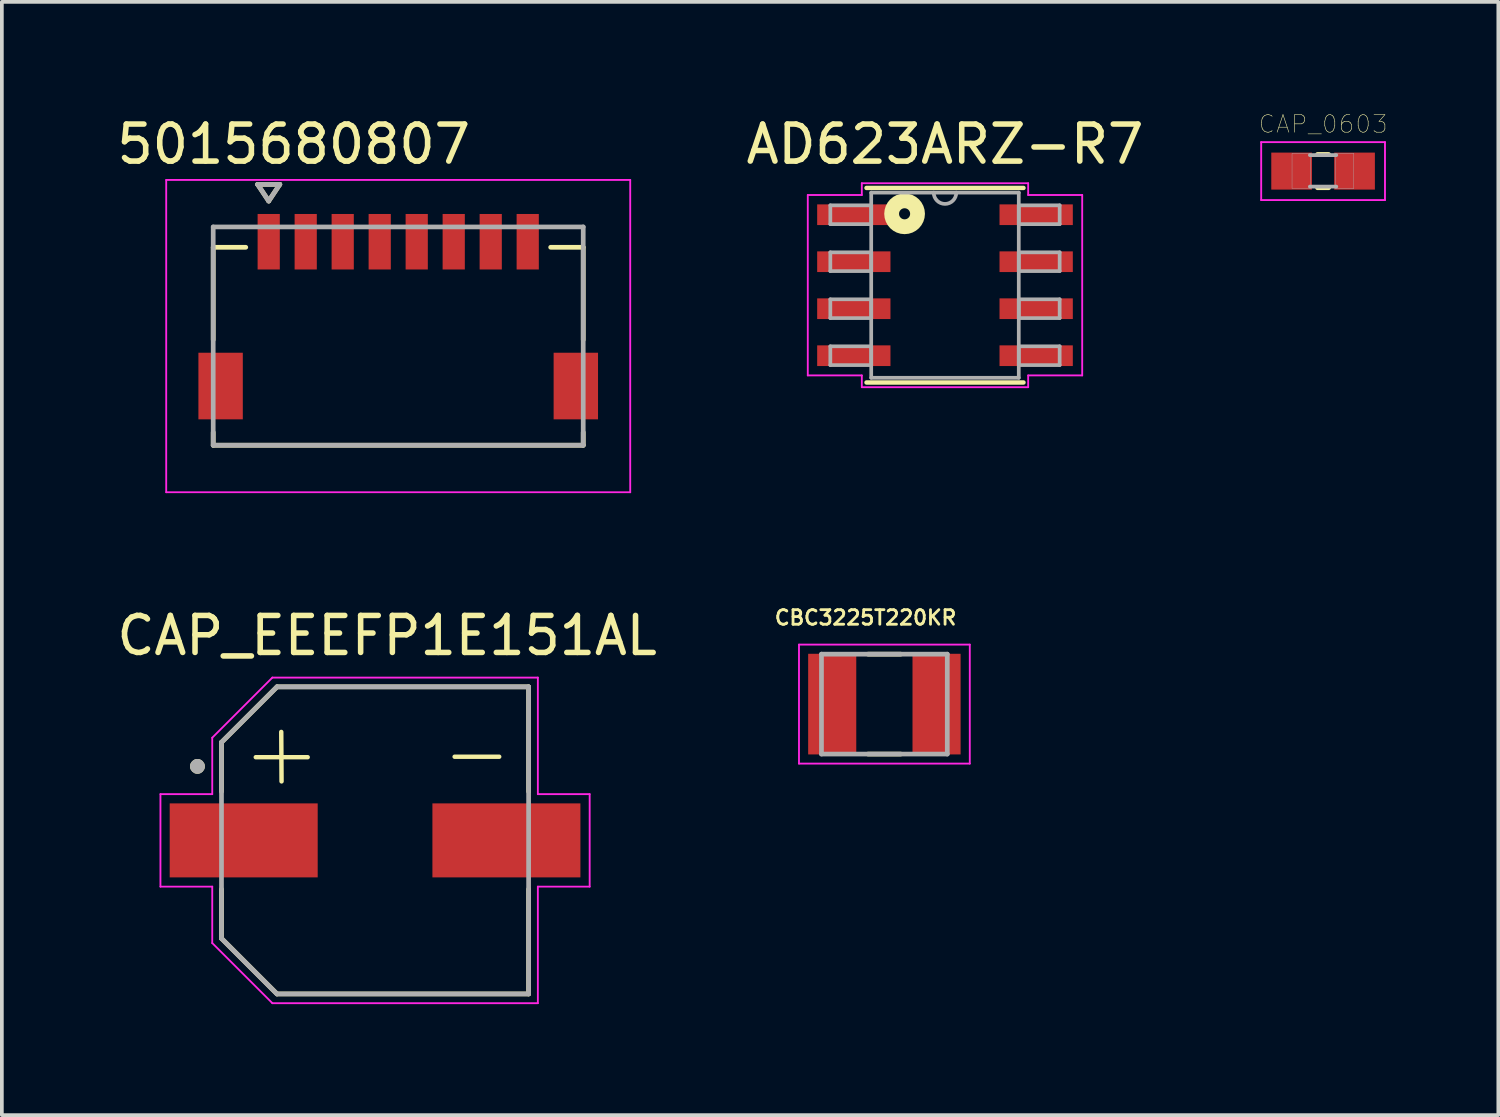
<source format=kicad_pcb>
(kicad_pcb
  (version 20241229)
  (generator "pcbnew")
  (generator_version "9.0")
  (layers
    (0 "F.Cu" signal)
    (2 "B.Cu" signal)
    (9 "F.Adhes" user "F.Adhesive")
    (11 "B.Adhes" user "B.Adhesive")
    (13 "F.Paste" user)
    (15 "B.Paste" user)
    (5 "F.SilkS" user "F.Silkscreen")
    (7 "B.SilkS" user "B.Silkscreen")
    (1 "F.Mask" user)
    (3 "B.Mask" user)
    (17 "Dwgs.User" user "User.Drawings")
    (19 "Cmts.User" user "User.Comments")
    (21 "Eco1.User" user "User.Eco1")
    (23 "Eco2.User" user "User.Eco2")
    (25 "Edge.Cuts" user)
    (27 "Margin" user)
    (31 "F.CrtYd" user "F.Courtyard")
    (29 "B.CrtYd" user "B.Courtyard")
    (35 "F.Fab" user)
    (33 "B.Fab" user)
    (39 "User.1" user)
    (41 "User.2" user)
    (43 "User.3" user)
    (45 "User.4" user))
  (footprint "CAP_0603"
    (layer "F.Cu")
    (at 32.707 1.574)
    (property "Reference" "CAP_0603" (at 0 -1.27 0) (layer "F.SilkS") (effects (font (size 0.474 0.474) (thickness 0.015))))
    (attr through_hole)
    (fp_line (start -0.15 -0.45) (end 0.15 -0.45) (stroke (width 0.127) (type solid)) (layer "F.SilkS"))
    (fp_line (start -0.15 0.45) (end 0.15 0.45) (stroke (width 0.127) (type solid)) (layer "F.SilkS"))
    (fp_line (start -1.673 -0.783) (end 1.673 -0.783) (stroke (width 0.051) (type solid)) (layer "F.CrtYd"))
    (fp_line (start -1.673 0.783) (end -1.673 -0.783) (stroke (width 0.051) (type solid)) (layer "F.CrtYd"))
    (fp_line (start 1.673 -0.783) (end 1.673 0.783) (stroke (width 0.051) (type solid)) (layer "F.CrtYd"))
    (fp_line (start 1.673 0.783) (end -1.673 0.783) (stroke (width 0.051) (type solid)) (layer "F.CrtYd"))
    (fp_line (start -0.356 -0.432) (end 0.356 -0.432) (stroke (width 0.102) (type solid)) (layer "F.Fab"))
    (fp_line (start -0.356 0.419) (end 0.356 0.419) (stroke (width 0.102) (type solid)) (layer "F.Fab"))
    (fp_poly (pts (xy -0.839 -0.48) (xy -0.338 -0.48) (xy -0.338 0.47) (xy -0.839 0.47)) (stroke (width 0.01) (type solid)) (fill no) (layer "F.Fab"))
    (fp_poly (pts (xy 0.331 -0.48) (xy 0.83 -0.48) (xy 0.83 0.471) (xy 0.331 0.471)) (stroke (width 0.01) (type solid)) (fill no) (layer "F.Fab"))
    (pad "1" smd rect (at -0.85 0) (size 1.1 1) (layers "F.Cu" "F.Mask" "F.Paste"))
    (pad "2" smd rect (at 0.85 0) (size 1.1 1) (layers "F.Cu" "F.Mask" "F.Paste")))
  (footprint "CAP_EEEFP1E151AL"
    (layer "F.Cu")
    (at 7.086 19.662)
    (property "Reference" "CAP_EEEFP1E151AL" (at 0.325 -5.535 0) (layer "F.SilkS") (effects (font (size 1 1) (thickness 0.15))))
    (attr through_hole)
    (fp_line (start -4.15 -2.65) (end -4.15 -1.32) (stroke (width 0.127) (type solid)) (layer "F.SilkS"))
    (fp_line (start -4.15 1.32) (end -4.15 2.65) (stroke (width 0.127) (type solid)) (layer "F.SilkS"))
    (fp_line (start -4.15 2.65) (end -2.65 4.15) (stroke (width 0.127) (type solid)) (layer "F.SilkS"))
    (fp_line (start -3.223 -2.248) (end -1.821 -2.248) (stroke (width 0.12) (type solid)) (layer "F.SilkS"))
    (fp_line (start -2.65 -4.15) (end -4.15 -2.65) (stroke (width 0.127) (type solid)) (layer "F.SilkS"))
    (fp_line (start -2.65 4.15) (end 4.15 4.15) (stroke (width 0.127) (type solid)) (layer "F.SilkS"))
    (fp_line (start -2.535 -2.931) (end -2.527 -1.595) (stroke (width 0.12) (type solid)) (layer "F.SilkS"))
    (fp_line (start 2.151 -2.261) (end 3.355 -2.261) (stroke (width 0.12) (type solid)) (layer "F.SilkS"))
    (fp_line (start 4.15 -4.15) (end -2.65 -4.15) (stroke (width 0.127) (type solid)) (layer "F.SilkS"))
    (fp_line (start 4.15 -1.32) (end 4.15 -4.15) (stroke (width 0.127) (type solid)) (layer "F.SilkS"))
    (fp_line (start 4.15 4.15) (end 4.15 1.32) (stroke (width 0.127) (type solid)) (layer "F.SilkS"))
    (fp_circle (center -4.8 -2) (end -4.7 -2) (stroke (width 0.2) (type solid)) (fill no) (layer "F.SilkS"))
    (fp_line (start -5.8 -1.25) (end -4.4 -1.25) (stroke (width 0.05) (type solid)) (layer "F.CrtYd"))
    (fp_line (start -5.8 1.25) (end -5.8 -1.25) (stroke (width 0.05) (type solid)) (layer "F.CrtYd"))
    (fp_line (start -4.4 -2.775) (end -2.775 -4.4) (stroke (width 0.05) (type solid)) (layer "F.CrtYd"))
    (fp_line (start -4.4 -1.25) (end -4.4 -2.775) (stroke (width 0.05) (type solid)) (layer "F.CrtYd"))
    (fp_line (start -4.4 1.25) (end -5.8 1.25) (stroke (width 0.05) (type solid)) (layer "F.CrtYd"))
    (fp_line (start -4.4 2.775) (end -4.4 1.25) (stroke (width 0.05) (type solid)) (layer "F.CrtYd"))
    (fp_line (start -2.775 -4.4) (end 4.4 -4.4) (stroke (width 0.05) (type solid)) (layer "F.CrtYd"))
    (fp_line (start -2.775 4.4) (end -4.4 2.775) (stroke (width 0.05) (type solid)) (layer "F.CrtYd"))
    (fp_line (start 4.4 -4.4) (end 4.4 -1.25) (stroke (width 0.05) (type solid)) (layer "F.CrtYd"))
    (fp_line (start 4.4 -1.25) (end 5.8 -1.25) (stroke (width 0.05) (type solid)) (layer "F.CrtYd"))
    (fp_line (start 4.4 1.25) (end 4.4 4.4) (stroke (width 0.05) (type solid)) (layer "F.CrtYd"))
    (fp_line (start 4.4 4.4) (end -2.775 4.4) (stroke (width 0.05) (type solid)) (layer "F.CrtYd"))
    (fp_line (start 5.8 -1.25) (end 5.8 1.25) (stroke (width 0.05) (type solid)) (layer "F.CrtYd"))
    (fp_line (start 5.8 1.25) (end 4.4 1.25) (stroke (width 0.05) (type solid)) (layer "F.CrtYd"))
    (fp_line (start -4.15 -2.65) (end -4.15 2.65) (stroke (width 0.127) (type solid)) (layer "F.Fab"))
    (fp_line (start -4.15 2.65) (end -2.65 4.15) (stroke (width 0.127) (type solid)) (layer "F.Fab"))
    (fp_line (start -2.65 -4.15) (end -4.15 -2.65) (stroke (width 0.127) (type solid)) (layer "F.Fab"))
    (fp_line (start -2.65 4.15) (end 4.15 4.15) (stroke (width 0.127) (type solid)) (layer "F.Fab"))
    (fp_line (start 4.15 -4.15) (end -2.65 -4.15) (stroke (width 0.127) (type solid)) (layer "F.Fab"))
    (fp_line (start 4.15 4.15) (end 4.15 -4.15) (stroke (width 0.127) (type solid)) (layer "F.Fab"))
    (fp_circle (center -4.8 -2) (end -4.7 -2) (stroke (width 0.2) (type solid)) (fill no) (layer "F.Fab"))
    (pad "1" smd rect (at -3.55 0) (size 4 2) (layers "F.Cu" "F.Mask" "F.Paste"))
    (pad "2" smd rect (at 3.55 0) (size 4 2) (layers "F.Cu" "F.Mask" "F.Paste")))
  (footprint "5015680807"
    (layer "F.Cu")
    (at 7.712 6.033)
    (property "Reference" "5015680807" (at -2.825 -5.185 0) (layer "F.SilkS") (effects (font (size 1 1) (thickness 0.15))))
    (attr through_hole)
    (fp_poly (pts (xy -5.476 0.374) (xy -4.124 0.374) (xy -4.124 2.326) (xy -5.476 2.326)) (stroke (width 0.01) (type solid)) (fill yes) (layer "F.Mask"))
    (fp_poly (pts (xy -3.876 -3.376) (xy -3.124 -3.376) (xy -3.124 -1.724) (xy -3.876 -1.724)) (stroke (width 0.01) (type solid)) (fill yes) (layer "F.Mask"))
    (fp_poly (pts (xy -2.876 -3.376) (xy -2.124 -3.376) (xy -2.124 -1.724) (xy -2.876 -1.724)) (stroke (width 0.01) (type solid)) (fill yes) (layer "F.Mask"))
    (fp_poly (pts (xy -1.876 -3.376) (xy -1.124 -3.376) (xy -1.124 -1.724) (xy -1.876 -1.724)) (stroke (width 0.01) (type solid)) (fill yes) (layer "F.Mask"))
    (fp_poly (pts (xy -0.876 -3.376) (xy -0.124 -3.376) (xy -0.124 -1.724) (xy -0.876 -1.724)) (stroke (width 0.01) (type solid)) (fill yes) (layer "F.Mask"))
    (fp_poly (pts (xy 0.124 -3.376) (xy 0.876 -3.376) (xy 0.876 -1.724) (xy 0.124 -1.724)) (stroke (width 0.01) (type solid)) (fill yes) (layer "F.Mask"))
    (fp_poly (pts (xy 1.124 -3.376) (xy 1.876 -3.376) (xy 1.876 -1.724) (xy 1.124 -1.724)) (stroke (width 0.01) (type solid)) (fill yes) (layer "F.Mask"))
    (fp_poly (pts (xy 2.124 -3.376) (xy 2.876 -3.376) (xy 2.876 -1.724) (xy 2.124 -1.724)) (stroke (width 0.01) (type solid)) (fill yes) (layer "F.Mask"))
    (fp_poly (pts (xy 3.124 -3.376) (xy 3.876 -3.376) (xy 3.876 -1.724) (xy 3.124 -1.724)) (stroke (width 0.01) (type solid)) (fill yes) (layer "F.Mask"))
    (fp_poly (pts (xy 4.124 0.374) (xy 5.476 0.374) (xy 5.476 2.326) (xy 4.124 2.326)) (stroke (width 0.01) (type solid)) (fill yes) (layer "F.Mask"))
    (fp_line (start -5 -2.4) (end -4.12 -2.4) (stroke (width 0.127) (type solid)) (layer "F.SilkS"))
    (fp_line (start -5 0.1) (end -5 -2.4) (stroke (width 0.127) (type solid)) (layer "F.SilkS"))
    (fp_line (start -5 2.6) (end -5 2.95) (stroke (width 0.127) (type solid)) (layer "F.SilkS"))
    (fp_line (start -5 2.95) (end 5 2.95) (stroke (width 0.127) (type solid)) (layer "F.SilkS"))
    (fp_line (start -3.8 -4.1) (end -3.2 -4.1) (stroke (width 0.127) (type solid)) (layer "F.SilkS"))
    (fp_line (start -3.5 -3.65) (end -3.8 -4.1) (stroke (width 0.127) (type solid)) (layer "F.SilkS"))
    (fp_line (start -3.2 -4.1) (end -3.5 -3.65) (stroke (width 0.127) (type solid)) (layer "F.SilkS"))
    (fp_line (start 4.12 -2.4) (end 5 -2.4) (stroke (width 0.127) (type solid)) (layer "F.SilkS"))
    (fp_line (start 5 -2.4) (end 5 0.1) (stroke (width 0.127) (type solid)) (layer "F.SilkS"))
    (fp_line (start 5 2.95) (end 5 2.6) (stroke (width 0.127) (type solid)) (layer "F.SilkS"))
    (fp_line (start -6.27 -4.22) (end 6.27 -4.22) (stroke (width 0.05) (type solid)) (layer "F.CrtYd"))
    (fp_line (start -6.27 4.22) (end -6.27 -4.22) (stroke (width 0.05) (type solid)) (layer "F.CrtYd"))
    (fp_line (start -6.27 4.22) (end 6.27 4.22) (stroke (width 0.05) (type solid)) (layer "F.CrtYd"))
    (fp_line (start 6.27 -4.22) (end 6.27 4.22) (stroke (width 0.05) (type solid)) (layer "F.CrtYd"))
    (fp_line (start -5 -2.95) (end 5 -2.95) (stroke (width 0.127) (type solid)) (layer "F.Fab"))
    (fp_line (start -5 2.95) (end -5 -2.95) (stroke (width 0.127) (type solid)) (layer "F.Fab"))
    (fp_line (start -3.8 -4.1) (end -3.2 -4.1) (stroke (width 0.127) (type solid)) (layer "F.Fab"))
    (fp_line (start -3.5 -3.65) (end -3.8 -4.1) (stroke (width 0.127) (type solid)) (layer "F.Fab"))
    (fp_line (start -3.2 -4.1) (end -3.5 -3.65) (stroke (width 0.127) (type solid)) (layer "F.Fab"))
    (fp_line (start 5 -2.95) (end 5 2.95) (stroke (width 0.127) (type solid)) (layer "F.Fab"))
    (fp_line (start 5 2.95) (end -5 2.95) (stroke (width 0.127) (type solid)) (layer "F.Fab"))
    (pad "1" smd rect (at -3.5 -2.55) (size 0.6 1.5) (layers "F.Cu" "F.Paste"))
    (pad "2" smd rect (at -2.5 -2.55) (size 0.6 1.5) (layers "F.Cu" "F.Paste"))
    (pad "3" smd rect (at -1.5 -2.55) (size 0.6 1.5) (layers "F.Cu" "F.Paste"))
    (pad "4" smd rect (at -0.5 -2.55) (size 0.6 1.5) (layers "F.Cu" "F.Paste"))
    (pad "5" smd rect (at 0.5 -2.55) (size 0.6 1.5) (layers "F.Cu" "F.Paste"))
    (pad "6" smd rect (at 1.5 -2.55) (size 0.6 1.5) (layers "F.Cu" "F.Paste"))
    (pad "7" smd rect (at 2.5 -2.55) (size 0.6 1.5) (layers "F.Cu" "F.Paste"))
    (pad "8" smd rect (at 3.5 -2.55) (size 0.6 1.5) (layers "F.Cu" "F.Paste"))
    (pad "S1" smd rect (at 4.8 1.35) (size 1.2 1.8) (layers "F.Cu" "F.Paste"))
    (pad "S2" smd rect (at -4.8 1.35) (size 1.2 1.8) (layers "F.Cu" "F.Paste"))
    (zone (net_name "") (layer "F.Cu") (hatch full 0.508) (connect_pads) (min_thickness 0.01) (filled_areas_thickness no) (keepout (tracks not_allowed) (vias not_allowed) (pads not_allowed) (copperpour not_allowed) (footprints allowed)) (placement (enabled no)) (fill) (polygon (pts (xy 12.062 6.478) (xy 12.062 3.633) (xy 11.517 3.633) (xy 11.517 4.238) (xy 10.907 4.238) (xy 10.907 3.633) (xy 10.517 3.633) (xy 10.517 4.238) (xy 9.907 4.238) (xy 9.907 3.633) (xy 9.517 3.633) (xy 9.517 4.238) (xy 8.907 4.238) (xy 8.907 3.633) (xy 8.517 3.633) (xy 8.517 4.238) (xy 7.907 4.238) (xy 7.907 3.633) (xy 7.517 3.633) (xy 7.517 4.238) (xy 6.907 4.238) (xy 6.907 3.633) (xy 6.517 3.633) (xy 6.517 4.238) (xy 5.907 4.238) (xy 5.907 3.633) (xy 5.517 3.633) (xy 5.517 4.238) (xy 4.907 4.238) (xy 4.907 3.633) (xy 4.517 3.633) (xy 4.517 4.238) (xy 3.907 4.238) (xy 3.907 3.633) (xy 3.362 3.633) (xy 3.362 6.478) (xy 3.517 6.478) (xy 3.517 8.288) (xy 3.362 8.288) (xy 3.362 9.283) (xy 12.062 9.283) (xy 12.062 8.288) (xy 11.907 8.288) (xy 11.907 6.478)))))
  (footprint "AD623ARZ-R7"
    (layer "F.Cu")
    (at 22.489 4.658)
    (property "Reference" "AD623ARZ-R7" (at 0 -3.81 0) (layer "F.SilkS") (effects (font (size 1 1) (thickness 0.15))))
    (attr through_hole)
    (fp_line (start -2.121 2.629) (end 2.121 2.629) (stroke (width 0.12) (type solid)) (layer "F.SilkS"))
    (fp_line (start 2.121 -2.629) (end -2.121 -2.629) (stroke (width 0.12) (type solid)) (layer "F.SilkS"))
    (fp_circle (center -1.092 -1.93) (end -0.942 -1.93) (stroke (width 0.4) (type solid)) (fill no) (layer "F.SilkS"))
    (fp_line (start -3.708 -2.438) (end -2.248 -2.438) (stroke (width 0.05) (type solid)) (layer "F.CrtYd"))
    (fp_line (start -3.708 2.438) (end -3.708 -2.438) (stroke (width 0.05) (type solid)) (layer "F.CrtYd"))
    (fp_line (start -2.248 -2.756) (end 2.248 -2.756) (stroke (width 0.05) (type solid)) (layer "F.CrtYd"))
    (fp_line (start -2.248 -2.438) (end -2.248 -2.756) (stroke (width 0.05) (type solid)) (layer "F.CrtYd"))
    (fp_line (start -2.248 2.438) (end -3.708 2.438) (stroke (width 0.05) (type solid)) (layer "F.CrtYd"))
    (fp_line (start -2.248 2.756) (end -2.248 2.438) (stroke (width 0.05) (type solid)) (layer "F.CrtYd"))
    (fp_line (start 2.248 -2.756) (end 2.248 -2.438) (stroke (width 0.05) (type solid)) (layer "F.CrtYd"))
    (fp_line (start 2.248 -2.438) (end 3.708 -2.438) (stroke (width 0.05) (type solid)) (layer "F.CrtYd"))
    (fp_line (start 2.248 2.438) (end 2.248 2.756) (stroke (width 0.05) (type solid)) (layer "F.CrtYd"))
    (fp_line (start 2.248 2.756) (end -2.248 2.756) (stroke (width 0.05) (type solid)) (layer "F.CrtYd"))
    (fp_line (start 3.708 -2.438) (end 3.708 2.438) (stroke (width 0.05) (type solid)) (layer "F.CrtYd"))
    (fp_line (start 3.708 2.438) (end 2.248 2.438) (stroke (width 0.05) (type solid)) (layer "F.CrtYd"))
    (fp_line (start -3.099 -2.159) (end -3.099 -1.651) (stroke (width 0.1) (type solid)) (layer "F.Fab"))
    (fp_line (start -3.099 -1.651) (end -1.994 -1.651) (stroke (width 0.1) (type solid)) (layer "F.Fab"))
    (fp_line (start -3.099 -0.889) (end -3.099 -0.381) (stroke (width 0.1) (type solid)) (layer "F.Fab"))
    (fp_line (start -3.099 -0.381) (end -1.994 -0.381) (stroke (width 0.1) (type solid)) (layer "F.Fab"))
    (fp_line (start -3.099 0.381) (end -3.099 0.889) (stroke (width 0.1) (type solid)) (layer "F.Fab"))
    (fp_line (start -3.099 0.889) (end -1.994 0.889) (stroke (width 0.1) (type solid)) (layer "F.Fab"))
    (fp_line (start -3.099 1.651) (end -3.099 2.159) (stroke (width 0.1) (type solid)) (layer "F.Fab"))
    (fp_line (start -3.099 2.159) (end -1.994 2.159) (stroke (width 0.1) (type solid)) (layer "F.Fab"))
    (fp_line (start -1.994 -2.502) (end -1.994 2.502) (stroke (width 0.1) (type solid)) (layer "F.Fab"))
    (fp_line (start -1.994 -2.159) (end -3.099 -2.159) (stroke (width 0.1) (type solid)) (layer "F.Fab"))
    (fp_line (start -1.994 -1.651) (end -1.994 -2.159) (stroke (width 0.1) (type solid)) (layer "F.Fab"))
    (fp_line (start -1.994 -0.889) (end -3.099 -0.889) (stroke (width 0.1) (type solid)) (layer "F.Fab"))
    (fp_line (start -1.994 -0.381) (end -1.994 -0.889) (stroke (width 0.1) (type solid)) (layer "F.Fab"))
    (fp_line (start -1.994 0.381) (end -3.099 0.381) (stroke (width 0.1) (type solid)) (layer "F.Fab"))
    (fp_line (start -1.994 0.889) (end -1.994 0.381) (stroke (width 0.1) (type solid)) (layer "F.Fab"))
    (fp_line (start -1.994 1.651) (end -3.099 1.651) (stroke (width 0.1) (type solid)) (layer "F.Fab"))
    (fp_line (start -1.994 2.159) (end -1.994 1.651) (stroke (width 0.1) (type solid)) (layer "F.Fab"))
    (fp_line (start -1.994 2.502) (end 1.994 2.502) (stroke (width 0.1) (type solid)) (layer "F.Fab"))
    (fp_line (start 1.994 -2.502) (end -1.994 -2.502) (stroke (width 0.1) (type solid)) (layer "F.Fab"))
    (fp_line (start 1.994 -2.159) (end 1.994 -1.651) (stroke (width 0.1) (type solid)) (layer "F.Fab"))
    (fp_line (start 1.994 -1.651) (end 3.099 -1.651) (stroke (width 0.1) (type solid)) (layer "F.Fab"))
    (fp_line (start 1.994 -0.889) (end 1.994 -0.381) (stroke (width 0.1) (type solid)) (layer "F.Fab"))
    (fp_line (start 1.994 -0.381) (end 3.099 -0.381) (stroke (width 0.1) (type solid)) (layer "F.Fab"))
    (fp_line (start 1.994 0.381) (end 1.994 0.889) (stroke (width 0.1) (type solid)) (layer "F.Fab"))
    (fp_line (start 1.994 0.889) (end 3.099 0.889) (stroke (width 0.1) (type solid)) (layer "F.Fab"))
    (fp_line (start 1.994 1.651) (end 1.994 2.159) (stroke (width 0.1) (type solid)) (layer "F.Fab"))
    (fp_line (start 1.994 2.159) (end 3.099 2.159) (stroke (width 0.1) (type solid)) (layer "F.Fab"))
    (fp_line (start 1.994 2.502) (end 1.994 -2.502) (stroke (width 0.1) (type solid)) (layer "F.Fab"))
    (fp_line (start 3.099 -2.159) (end 1.994 -2.159) (stroke (width 0.1) (type solid)) (layer "F.Fab"))
    (fp_line (start 3.099 -1.651) (end 3.099 -2.159) (stroke (width 0.1) (type solid)) (layer "F.Fab"))
    (fp_line (start 3.099 -0.889) (end 1.994 -0.889) (stroke (width 0.1) (type solid)) (layer "F.Fab"))
    (fp_line (start 3.099 -0.381) (end 3.099 -0.889) (stroke (width 0.1) (type solid)) (layer "F.Fab"))
    (fp_line (start 3.099 0.381) (end 1.994 0.381) (stroke (width 0.1) (type solid)) (layer "F.Fab"))
    (fp_line (start 3.099 0.889) (end 3.099 0.381) (stroke (width 0.1) (type solid)) (layer "F.Fab"))
    (fp_line (start 3.099 1.651) (end 1.994 1.651) (stroke (width 0.1) (type solid)) (layer "F.Fab"))
    (fp_line (start 3.099 2.159) (end 3.099 1.651) (stroke (width 0.1) (type solid)) (layer "F.Fab"))
    (fp_arc (start 0.3048 -2.5019) (mid 0 -2.1971) (end -0.3048 -2.5019) (stroke (width 0.1) (type solid)) (layer "F.Fab"))
    (pad "1" smd rect (at -2.464 -1.905) (size 1.981 0.559) (layers "F.Cu" "F.Mask" "F.Paste"))
    (pad "2" smd rect (at -2.464 -0.635) (size 1.981 0.559) (layers "F.Cu" "F.Mask" "F.Paste"))
    (pad "3" smd rect (at -2.464 0.635) (size 1.981 0.559) (layers "F.Cu" "F.Mask" "F.Paste"))
    (pad "4" smd rect (at -2.464 1.905) (size 1.981 0.559) (layers "F.Cu" "F.Mask" "F.Paste"))
    (pad "5" smd rect (at 2.464 1.905) (size 1.981 0.559) (layers "F.Cu" "F.Mask" "F.Paste"))
    (pad "6" smd rect (at 2.464 0.635) (size 1.981 0.559) (layers "F.Cu" "F.Mask" "F.Paste"))
    (pad "7" smd rect (at 2.464 -0.635) (size 1.981 0.559) (layers "F.Cu" "F.Mask" "F.Paste"))
    (pad "8" smd rect (at 2.464 -1.905) (size 1.981 0.559) (layers "F.Cu" "F.Mask" "F.Paste")))
  (footprint "CBC3225T220KR"
    (layer "F.Cu")
    (at 20.851 15.979)
    (property "Reference" "CBC3225T220KR" (at -0.508 -2.337 0) (layer "F.SilkS") (effects (font (size 0.394 0.394) (thickness 0.076))))
    (attr through_hole)
    (fp_line (start -0.44 -1.35) (end 0.44 -1.35) (stroke (width 0.127) (type solid)) (layer "F.SilkS"))
    (fp_line (start -0.44 1.35) (end 0.44 1.35) (stroke (width 0.127) (type solid)) (layer "F.SilkS"))
    (fp_line (start -2.308 -1.608) (end 2.308 -1.608) (stroke (width 0.05) (type solid)) (layer "F.CrtYd"))
    (fp_line (start -2.308 1.608) (end -2.308 -1.608) (stroke (width 0.05) (type solid)) (layer "F.CrtYd"))
    (fp_line (start -2.308 1.608) (end 2.308 1.608) (stroke (width 0.05) (type solid)) (layer "F.CrtYd"))
    (fp_line (start 2.308 1.608) (end 2.308 -1.608) (stroke (width 0.05) (type solid)) (layer "F.CrtYd"))
    (fp_line (start -1.7 1.35) (end -1.7 -1.35) (stroke (width 0.127) (type solid)) (layer "F.Fab"))
    (fp_line (start 1.7 -1.35) (end -1.7 -1.35) (stroke (width 0.127) (type solid)) (layer "F.Fab"))
    (fp_line (start 1.7 1.35) (end -1.7 1.35) (stroke (width 0.127) (type solid)) (layer "F.Fab"))
    (fp_line (start 1.7 1.35) (end 1.7 -1.35) (stroke (width 0.127) (type solid)) (layer "F.Fab"))
    (pad "1" smd rect (at -1.41 0) (size 1.3 2.72) (layers "F.Cu" "F.Mask" "F.Paste"))
    (pad "2" smd rect (at 1.41 0) (size 1.3 2.72) (layers "F.Cu" "F.Mask" "F.Paste")))
  (gr_rect
    (start -3 -3)
    (end 37.443 27.087)
    (stroke (width 0.1) (type default))
    (fill no)
    (layer "Edge.Cuts")))
</source>
